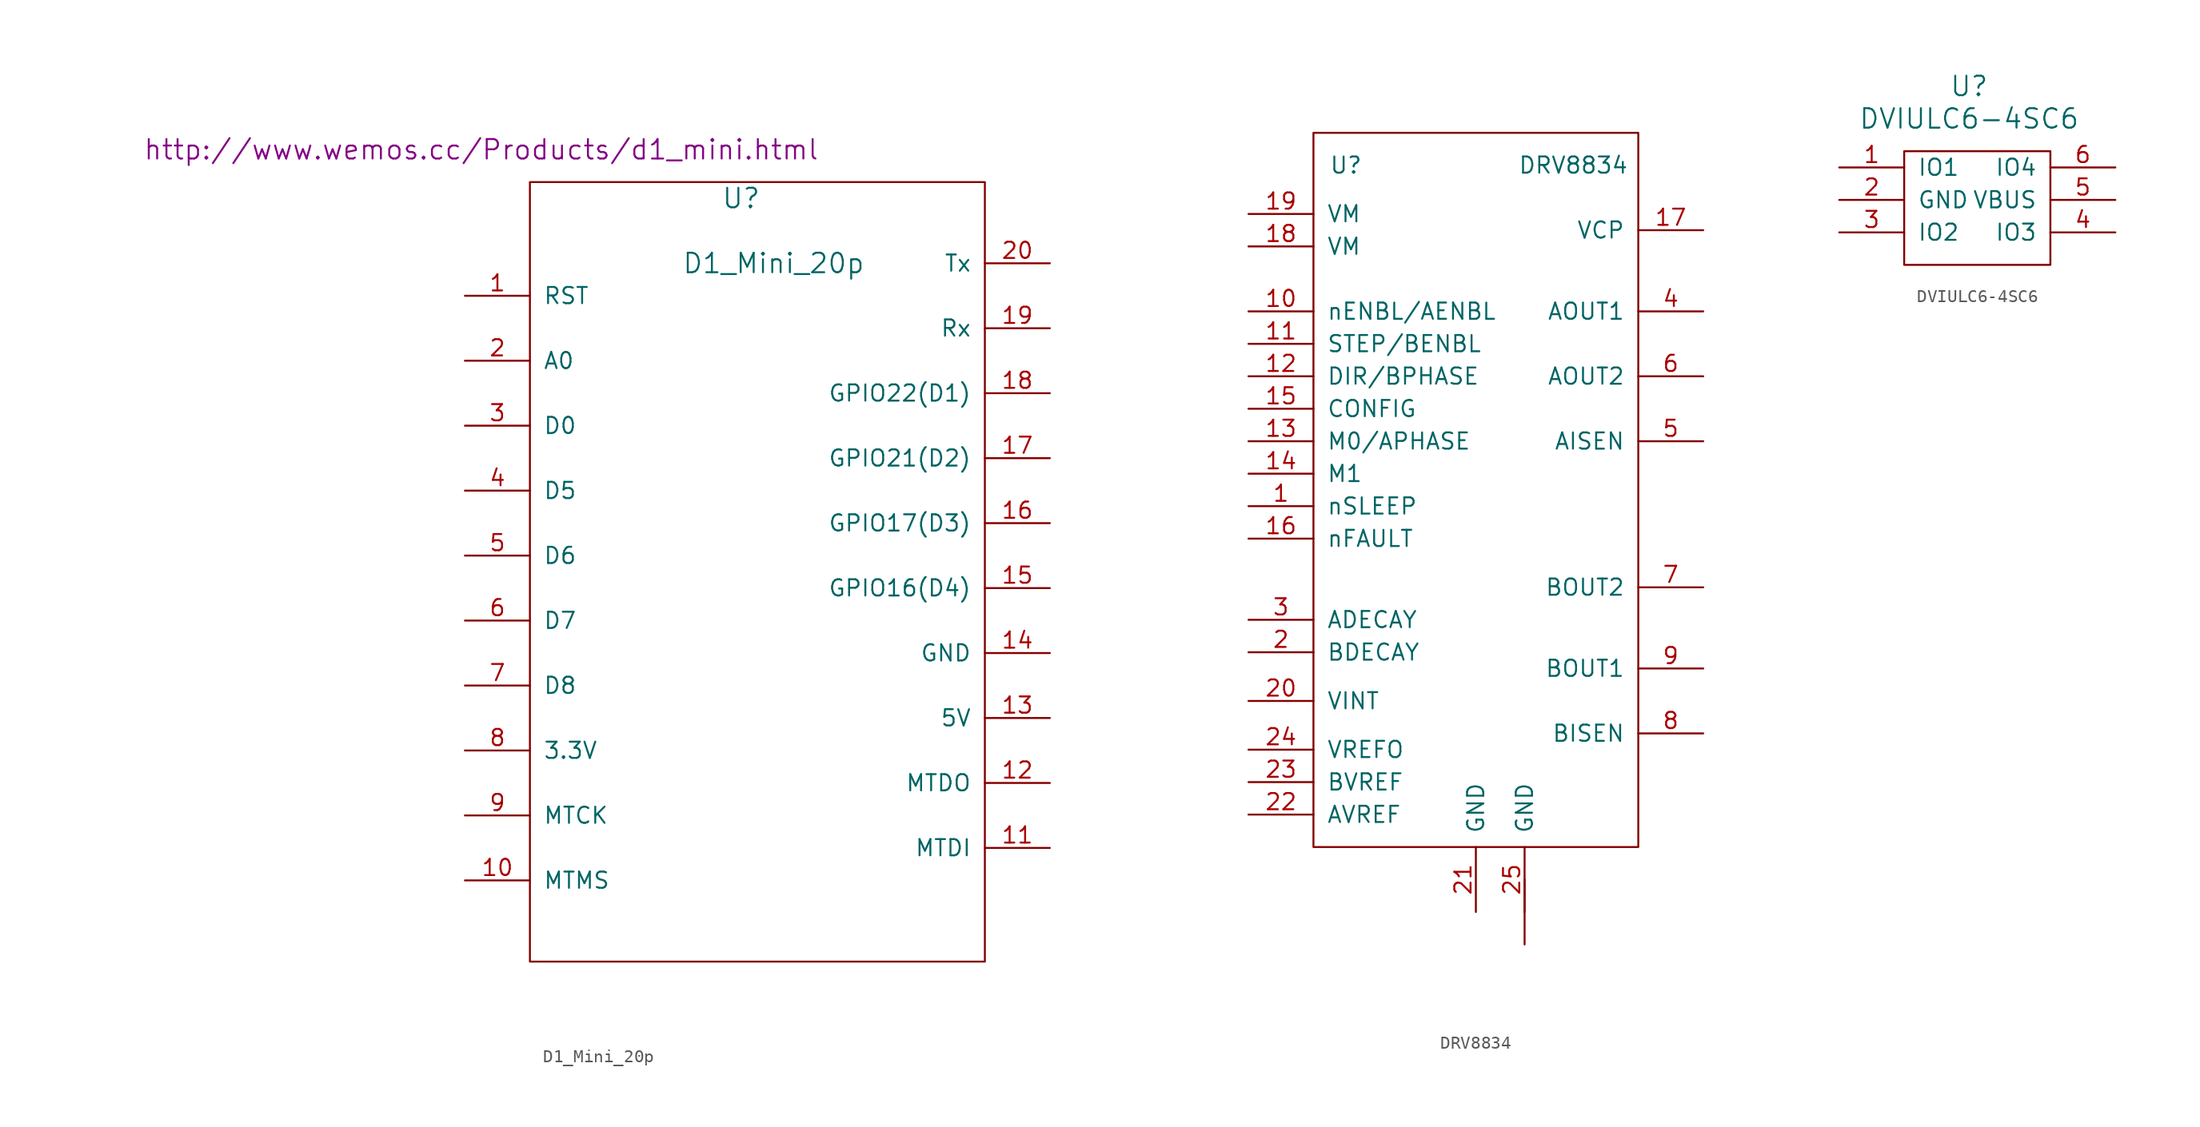
<source format=kicad_sym>
(kicad_symbol_lib
  (version 20211014)
  (generator kicad_symbol_editor)
  (symbol "D1_Mini_20p"
    (pin_names
      (offset 1.016))
    (property "Reference" "U"
      (at 11.43 -26.67 0)
      (effects (font (size 1.524 1.524))))
    (property "Value" "D1_Mini_20p"
      (at 13.97 -31.75 0)
      (effects (font (size 1.524 1.524))))
    (property "Footprint" ""
      (at -11.43 -31.75 0)
      (effects (font (size 1.524 1.524))))
    (property "Datasheet" "http://www.wemos.cc/Products/d1_mini.html"
      (at -8.89 -22.86 0)
      (effects (font (size 1.524 1.524))))
    (symbol "D1_Mini_20p_0_1"
      (rectangle (start 30.48 -86.36) (end -5.08 -25.4) (stroke (width 0) (type default) (color 0 0 0 0)) (fill (type none))))
    (symbol "D1_Mini_20p_1_1"
      (pin bidirectional line (at -10.16 -34.29 0) (length 5.08) (name "RST" (effects (font (size 1.27 1.27)))) (number "1" (effects (font (size 1.27 1.27)))))
      (pin bidirectional line (at -10.16 -80.01 0) (length 5.08) (name "MTMS" (effects (font (size 1.27 1.27)))) (number "10" (effects (font (size 1.27 1.27)))))
      (pin bidirectional line (at 35.56 -77.47 180) (length 5.08) (name "MTDI" (effects (font (size 1.27 1.27)))) (number "11" (effects (font (size 1.27 1.27)))))
      (pin bidirectional line (at 35.56 -72.39 180) (length 5.08) (name "MTDO" (effects (font (size 1.27 1.27)))) (number "12" (effects (font (size 1.27 1.27)))))
      (pin power_in line (at 35.56 -67.31 180) (length 5.08) (name "5V" (effects (font (size 1.27 1.27)))) (number "13" (effects (font (size 1.27 1.27)))))
      (pin power_in line (at 35.56 -62.23 180) (length 5.08) (name "GND" (effects (font (size 1.27 1.27)))) (number "14" (effects (font (size 1.27 1.27)))))
      (pin bidirectional line (at 35.56 -57.15 180) (length 5.08) (name "GPIO16(D4)" (effects (font (size 1.27 1.27)))) (number "15" (effects (font (size 1.27 1.27)))))
      (pin bidirectional line (at 35.56 -52.07 180) (length 5.08) (name "GPIO17(D3)" (effects (font (size 1.27 1.27)))) (number "16" (effects (font (size 1.27 1.27)))))
      (pin bidirectional line (at 35.56 -46.99 180) (length 5.08) (name "GPIO21(D2)" (effects (font (size 1.27 1.27)))) (number "17" (effects (font (size 1.27 1.27)))))
      (pin bidirectional line (at 35.56 -41.91 180) (length 5.08) (name "GPIO22(D1)" (effects (font (size 1.27 1.27)))) (number "18" (effects (font (size 1.27 1.27)))))
      (pin bidirectional line (at 35.56 -36.83 180) (length 5.08) (name "Rx" (effects (font (size 1.27 1.27)))) (number "19" (effects (font (size 1.27 1.27)))))
      (pin bidirectional line (at -10.16 -39.37 0) (length 5.08) (name "A0" (effects (font (size 1.27 1.27)))) (number "2" (effects (font (size 1.27 1.27)))))
      (pin bidirectional line (at 35.56 -31.75 180) (length 5.08) (name "Tx" (effects (font (size 1.27 1.27)))) (number "20" (effects (font (size 1.27 1.27)))))
      (pin bidirectional line (at -10.16 -44.45 0) (length 5.08) (name "D0" (effects (font (size 1.27 1.27)))) (number "3" (effects (font (size 1.27 1.27)))))
      (pin bidirectional line (at -10.16 -49.53 0) (length 5.08) (name "D5" (effects (font (size 1.27 1.27)))) (number "4" (effects (font (size 1.27 1.27)))))
      (pin bidirectional line (at -10.16 -54.61 0) (length 5.08) (name "D6" (effects (font (size 1.27 1.27)))) (number "5" (effects (font (size 1.27 1.27)))))
      (pin bidirectional line (at -10.16 -59.69 0) (length 5.08) (name "D7" (effects (font (size 1.27 1.27)))) (number "6" (effects (font (size 1.27 1.27)))))
      (pin bidirectional line (at -10.16 -64.77 0) (length 5.08) (name "D8" (effects (font (size 1.27 1.27)))) (number "7" (effects (font (size 1.27 1.27)))))
      (pin power_out line (at -10.16 -69.85 0) (length 5.08) (name "3.3V" (effects (font (size 1.27 1.27)))) (number "8" (effects (font (size 1.27 1.27)))))
      (pin bidirectional line (at -10.16 -74.93 0) (length 5.08) (name "MTCK" (effects (font (size 1.27 1.27)))) (number "9" (effects (font (size 1.27 1.27)))))))
  (symbol "DRV8834"
    (pin_names
      (offset 1.016))
    (property "Reference" "U"
      (at -8.89 27.94 0)
      (effects (font (size 1.27 1.27))))
    (property "Value" "DRV8834"
      (at 8.89 27.94 0)
      (effects (font (size 1.27 1.27))))
    (symbol "DRV8834_0_1"
      (rectangle (start -11.43 30.48) (end 13.97 -25.4) (stroke (width 0) (type default) (color 0 0 0 0)) (fill (type none))))
    (symbol "DRV8834_1_1"
      (pin input line (at -16.51 1.27 0) (length 5.08) (name "nSLEEP" (effects (font (size 1.27 1.27)))) (number "1" (effects (font (size 1.27 1.27)))))
      (pin input line (at -16.51 16.51 0) (length 5.08) (name "nENBL/AENBL" (effects (font (size 1.27 1.27)))) (number "10" (effects (font (size 1.27 1.27)))))
      (pin input line (at -16.51 13.97 0) (length 5.08) (name "STEP/BENBL" (effects (font (size 1.27 1.27)))) (number "11" (effects (font (size 1.27 1.27)))))
      (pin input line (at -16.51 11.43 0) (length 5.08) (name "DIR/BPHASE" (effects (font (size 1.27 1.27)))) (number "12" (effects (font (size 1.27 1.27)))))
      (pin output line (at -16.51 6.35 0) (length 5.08) (name "M0/APHASE" (effects (font (size 1.27 1.27)))) (number "13" (effects (font (size 1.27 1.27)))))
      (pin output line (at -16.51 3.81 0) (length 5.08) (name "M1" (effects (font (size 1.27 1.27)))) (number "14" (effects (font (size 1.27 1.27)))))
      (pin output line (at -16.51 8.89 0) (length 5.08) (name "CONFIG" (effects (font (size 1.27 1.27)))) (number "15" (effects (font (size 1.27 1.27)))))
      (pin output line (at -16.51 -1.27 0) (length 5.08) (name "nFAULT" (effects (font (size 1.27 1.27)))) (number "16" (effects (font (size 1.27 1.27)))))
      (pin power_in line (at 19.05 22.86 180) (length 5.08) (name "VCP" (effects (font (size 1.27 1.27)))) (number "17" (effects (font (size 1.27 1.27)))))
      (pin power_in line (at -16.51 21.59 0) (length 5.08) (name "VM" (effects (font (size 1.27 1.27)))) (number "18" (effects (font (size 1.27 1.27)))))
      (pin power_in line (at -16.51 24.13 0) (length 5.08) (name "VM" (effects (font (size 1.27 1.27)))) (number "19" (effects (font (size 1.27 1.27)))))
      (pin power_out line (at -16.51 -10.16 0) (length 5.08) (name "BDECAY" (effects (font (size 1.27 1.27)))) (number "2" (effects (font (size 1.27 1.27)))))
      (pin power_in line (at -16.51 -13.97 0) (length 5.08) (name "VINT" (effects (font (size 1.27 1.27)))) (number "20" (effects (font (size 1.27 1.27)))))
      (pin power_in line (at 1.27 -30.48 90) (length 5.08) (name "GND" (effects (font (size 1.27 1.27)))) (number "21" (effects (font (size 1.27 1.27)))))
      (pin power_out line (at -16.51 -22.86 0) (length 5.08) (name "AVREF" (effects (font (size 1.27 1.27)))) (number "22" (effects (font (size 1.27 1.27)))))
      (pin power_out line (at -16.51 -20.32 0) (length 5.08) (name "BVREF" (effects (font (size 1.27 1.27)))) (number "23" (effects (font (size 1.27 1.27)))))
      (pin input line (at -16.51 -17.78 0) (length 5.08) (name "VREFO" (effects (font (size 1.27 1.27)))) (number "24" (effects (font (size 1.27 1.27)))))
      (pin output line (at 5.08 -30.48 90) (length 5.08) (name "GND" (effects (font (size 1.27 1.27)))) (number "25" (effects (font (size 1.27 1.27)))))
      (pin power_out line (at -16.51 -7.62 0) (length 5.08) (name "ADECAY" (effects (font (size 1.27 1.27)))) (number "3" (effects (font (size 1.27 1.27)))))
      (pin power_out line (at 19.05 16.51 180) (length 5.08) (name "AOUT1" (effects (font (size 1.27 1.27)))) (number "4" (effects (font (size 1.27 1.27)))))
      (pin input line (at 19.05 6.35 180) (length 5.08) (name "AISEN" (effects (font (size 1.27 1.27)))) (number "5" (effects (font (size 1.27 1.27)))))
      (pin power_out line (at 19.05 11.43 180) (length 5.08) (name "AOUT2" (effects (font (size 1.27 1.27)))) (number "6" (effects (font (size 1.27 1.27)))))
      (pin power_out line (at 19.05 -5.08 180) (length 5.08) (name "BOUT2" (effects (font (size 1.27 1.27)))) (number "7" (effects (font (size 1.27 1.27)))))
      (pin input line (at 19.05 -16.51 180) (length 5.08) (name "BISEN" (effects (font (size 1.27 1.27)))) (number "8" (effects (font (size 1.27 1.27)))))
      (pin power_out line (at 19.05 -11.43 180) (length 5.08) (name "BOUT1" (effects (font (size 1.27 1.27)))) (number "9" (effects (font (size 1.27 1.27)))))
      (pin power_in line (at 5.08 -33.02 90) (length 5.08) (name "~" (effects (font (size 1.27 1.27)))) (number "~" (effects (font (size 1.27 1.27)))))))
  (symbol "DVIULC6-4SC6"
    (pin_names
      (offset 1.016))
    (property "Reference" "U"
      (at 0 2.54 0)
      (effects (font (size 1.524 1.524))))
    (property "Value" "DVIULC6-4SC6"
      (at 0 0 0)
      (effects (font (size 1.524 1.524))))
    (symbol "DVIULC6-4SC6_0_1"
      (rectangle (start -5.08 -2.54) (end 6.35 -11.43) (stroke (width 0) (type default) (color 0 0 0 0)) (fill (type none))))
    (symbol "DVIULC6-4SC6_1_1"
      (pin input line (at -10.16 -3.81 0) (length 5.08) (name "IO1" (effects (font (size 1.27 1.27)))) (number "1" (effects (font (size 1.27 1.27)))))
      (pin input line (at -10.16 -6.35 0) (length 5.08) (name "GND" (effects (font (size 1.27 1.27)))) (number "2" (effects (font (size 1.27 1.27)))))
      (pin input line (at -10.16 -8.89 0) (length 5.08) (name "IO2" (effects (font (size 1.27 1.27)))) (number "3" (effects (font (size 1.27 1.27)))))
      (pin input line (at 11.43 -8.89 180) (length 5.08) (name "IO3" (effects (font (size 1.27 1.27)))) (number "4" (effects (font (size 1.27 1.27)))))
      (pin input line (at 11.43 -6.35 180) (length 5.08) (name "VBUS" (effects (font (size 1.27 1.27)))) (number "5" (effects (font (size 1.27 1.27)))))
      (pin input line (at 11.43 -3.81 180) (length 5.08) (name "IO4" (effects (font (size 1.27 1.27)))) (number "6" (effects (font (size 1.27 1.27))))))))
</source>
